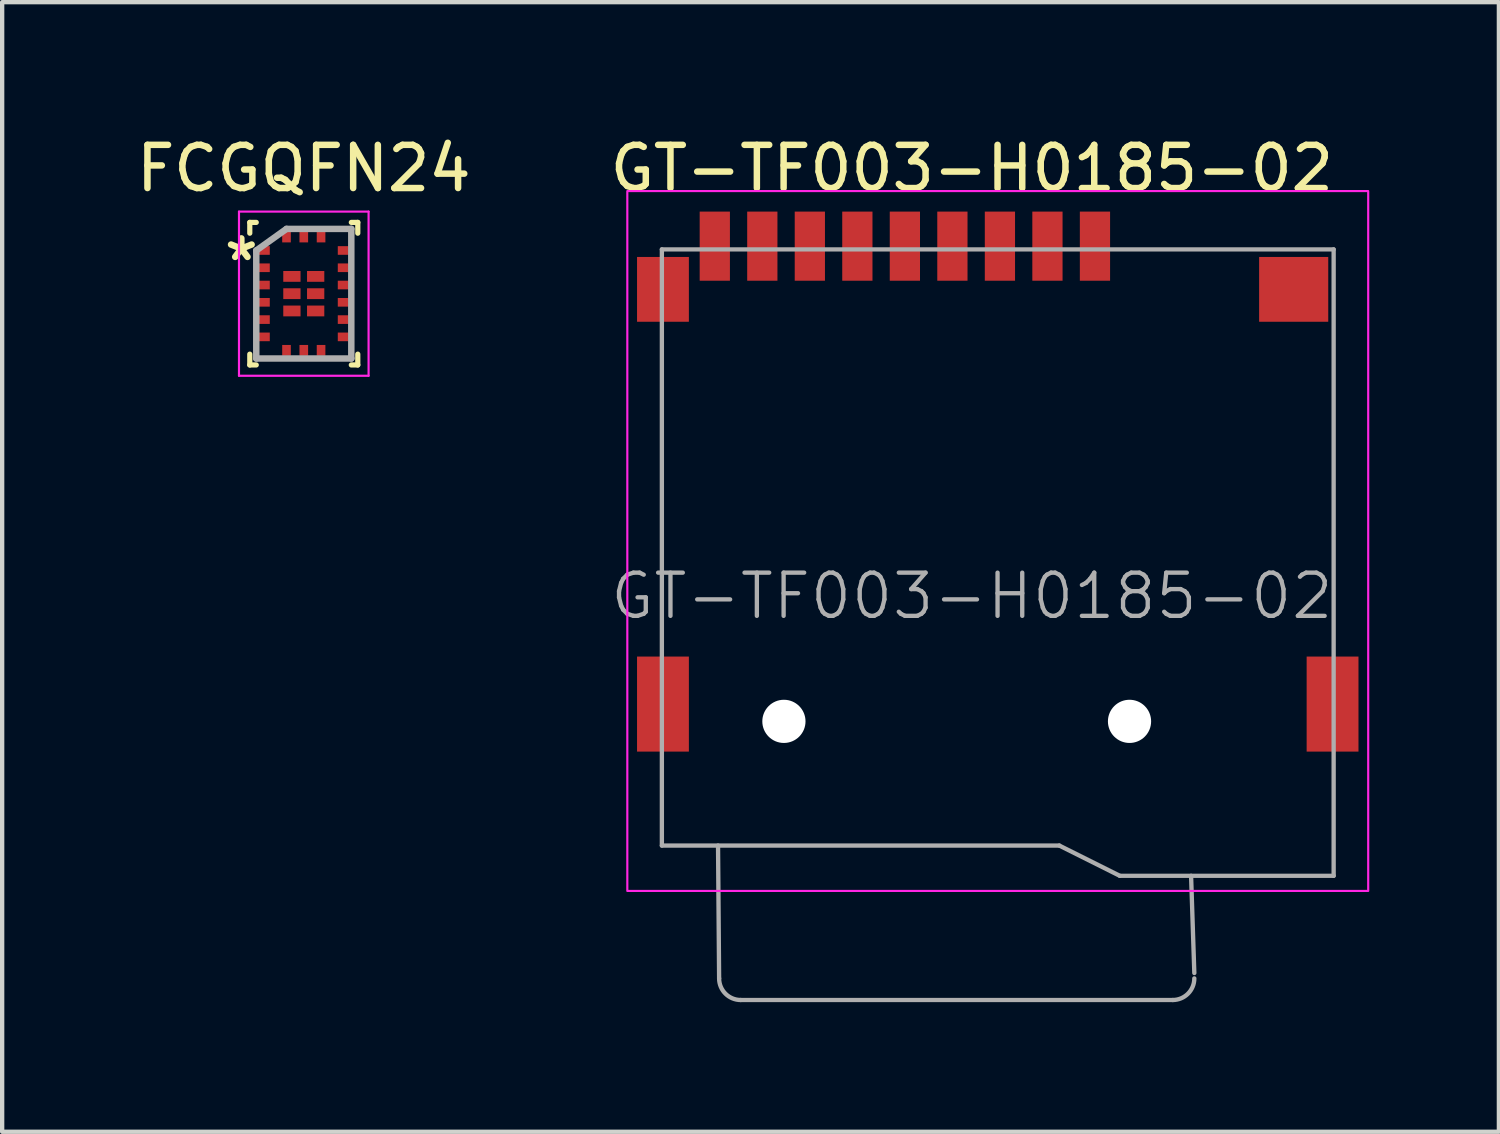
<source format=kicad_pcb>
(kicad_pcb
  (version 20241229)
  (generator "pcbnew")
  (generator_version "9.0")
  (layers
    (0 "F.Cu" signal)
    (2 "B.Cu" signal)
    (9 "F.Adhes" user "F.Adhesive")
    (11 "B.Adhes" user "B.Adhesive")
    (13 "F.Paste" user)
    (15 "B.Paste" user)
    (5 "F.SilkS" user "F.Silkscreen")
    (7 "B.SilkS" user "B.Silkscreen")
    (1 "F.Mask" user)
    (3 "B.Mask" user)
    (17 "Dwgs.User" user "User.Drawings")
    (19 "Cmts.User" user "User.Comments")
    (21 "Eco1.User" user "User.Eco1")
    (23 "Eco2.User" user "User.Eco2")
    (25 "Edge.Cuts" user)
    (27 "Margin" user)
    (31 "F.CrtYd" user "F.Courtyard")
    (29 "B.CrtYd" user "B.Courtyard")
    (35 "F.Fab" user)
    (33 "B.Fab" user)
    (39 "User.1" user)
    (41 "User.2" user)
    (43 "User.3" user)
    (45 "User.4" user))
  (footprint "FCGQFN24"
    (layer "F.Cu")
    (at 3.982 3.748)
    (property "Reference" "FCGQFN24" (at 0 -2.9 0) (layer "F.SilkS") (effects (font (size 1 1) (thickness 0.15))))
    (attr smd)
    (fp_line (start -1.25 -1.65) (end -1.25 -1.4) (stroke (width 0.12) (type default)) (layer "F.SilkS"))
    (fp_line (start -1.25 -1.65) (end -1.1 -1.65) (stroke (width 0.12) (type default)) (layer "F.SilkS"))
    (fp_line (start -1.25 1.65) (end -1.25 1.4) (stroke (width 0.12) (type default)) (layer "F.SilkS"))
    (fp_line (start -1.25 1.65) (end -1.1 1.65) (stroke (width 0.12) (type default)) (layer "F.SilkS"))
    (fp_line (start 1.25 -1.65) (end 1.1 -1.65) (stroke (width 0.12) (type default)) (layer "F.SilkS"))
    (fp_line (start 1.25 -1.65) (end 1.25 -1.4) (stroke (width 0.12) (type default)) (layer "F.SilkS"))
    (fp_line (start 1.25 1.65) (end 1.1 1.65) (stroke (width 0.12) (type default)) (layer "F.SilkS"))
    (fp_line (start 1.25 1.65) (end 1.25 1.4) (stroke (width 0.12) (type default)) (layer "F.SilkS"))
    (fp_line (start -1.5 -1.9) (end 1.5 -1.9) (stroke (width 0.05) (type default)) (layer "F.CrtYd"))
    (fp_line (start -1.5 1.9) (end -1.5 -1.9) (stroke (width 0.05) (type default)) (layer "F.CrtYd"))
    (fp_line (start 1.5 -1.9) (end 1.5 1.9) (stroke (width 0.05) (type default)) (layer "F.CrtYd"))
    (fp_line (start 1.5 1.9) (end -1.5 1.9) (stroke (width 0.05) (type default)) (layer "F.CrtYd"))
    (fp_line (start -1.1 -1) (end -1.1 1.5) (stroke (width 0.15) (type default)) (layer "F.Fab"))
    (fp_line (start -1.1 1.5) (end 1.1 1.5) (stroke (width 0.15) (type default)) (layer "F.Fab"))
    (fp_line (start -0.4 -1.5) (end -1.1 -1) (stroke (width 0.15) (type default)) (layer "F.Fab"))
    (fp_line (start 1.1 -1.5) (end -0.4 -1.5) (stroke (width 0.15) (type default)) (layer "F.Fab"))
    (fp_line (start 1.1 1.5) (end 1.1 -1.5) (stroke (width 0.15) (type default)) (layer "F.Fab"))
    (fp_text user "*" (at -1.925 -0.15 0) (unlocked yes) (layer "F.SilkS") (effects (font (size 1 1) (thickness 0.15)) (justify left bottom)))
    (pad "1" smd rect (at -0.912 -1 90) (size 0.2 0.25) (layers "F.Cu" "F.Mask" "F.Paste"))
    (pad "2" smd rect (at -0.912 -0.6 90) (size 0.2 0.25) (layers "F.Cu" "F.Mask" "F.Paste"))
    (pad "3" smd rect (at -0.912 -0.2 90) (size 0.2 0.25) (layers "F.Cu" "F.Mask" "F.Paste"))
    (pad "4" smd rect (at -0.912 0.2 90) (size 0.2 0.25) (layers "F.Cu" "F.Mask" "F.Paste"))
    (pad "5" smd rect (at -0.912 0.6 90) (size 0.2 0.25) (layers "F.Cu" "F.Mask" "F.Paste"))
    (pad "6" smd rect (at -0.912 1 90) (size 0.2 0.25) (layers "F.Cu" "F.Mask" "F.Paste"))
    (pad "7" smd rect (at -0.4 1.312) (size 0.2 0.25) (layers "F.Cu" "F.Mask" "F.Paste"))
    (pad "8" smd rect (at 0 1.312) (size 0.2 0.25) (layers "F.Cu" "F.Mask" "F.Paste"))
    (pad "9" smd rect (at 0.4 1.312) (size 0.2 0.25) (layers "F.Cu" "F.Mask" "F.Paste"))
    (pad "10" smd rect (at 0.912 1 90) (size 0.2 0.25) (layers "F.Cu" "F.Mask" "F.Paste"))
    (pad "11" smd rect (at 0.912 0.6 90) (size 0.2 0.25) (layers "F.Cu" "F.Mask" "F.Paste"))
    (pad "12" smd rect (at 0.912 0.2 90) (size 0.2 0.25) (layers "F.Cu" "F.Mask" "F.Paste"))
    (pad "13" smd rect (at 0.912 -0.2 90) (size 0.2 0.25) (layers "F.Cu" "F.Mask" "F.Paste"))
    (pad "14" smd rect (at 0.912 -0.6 90) (size 0.2 0.25) (layers "F.Cu" "F.Mask" "F.Paste"))
    (pad "15" smd rect (at 0.912 -1 90) (size 0.2 0.25) (layers "F.Cu" "F.Mask" "F.Paste"))
    (pad "16" smd rect (at 0.4 -1.312) (size 0.2 0.25) (layers "F.Cu" "F.Mask" "F.Paste"))
    (pad "17" smd rect (at 0 -1.312) (size 0.2 0.25) (layers "F.Cu" "F.Mask" "F.Paste"))
    (pad "18" smd rect (at -0.4 -1.312) (size 0.2 0.25) (layers "F.Cu" "F.Mask" "F.Paste"))
    (pad "19" smd rect (at -0.275 -0.4 90) (size 0.25 0.4) (layers "F.Cu" "F.Mask" "F.Paste"))
    (pad "20" smd rect (at -0.275 0 90) (size 0.25 0.4) (layers "F.Cu" "F.Mask" "F.Paste"))
    (pad "21" smd rect (at -0.275 0.4 90) (size 0.25 0.4) (layers "F.Cu" "F.Mask" "F.Paste"))
    (pad "22" smd rect (at 0.275 0.4 270) (size 0.25 0.4) (layers "F.Cu" "F.Mask" "F.Paste"))
    (pad "23" smd rect (at 0.275 0 270) (size 0.25 0.4) (layers "F.Cu" "F.Mask" "F.Paste"))
    (pad "24" smd rect (at 0.275 -0.4 270) (size 0.25 0.4) (layers "F.Cu" "F.Mask" "F.Paste")))
  (footprint "GT-TF003-H0185-02"
    (layer "F.Cu")
    (at 19.521 10.373)
    (property "Reference" "GT-TF003-H0185-02" (at -0.075 -9.525 0) (layer "F.SilkS") (effects (font (size 1 1) (thickness 0.15))))
    (attr smd)
    (fp_rect (start -8.05 -9) (end 9.1 7.2) (stroke (width 0.05) (type solid)) (fill no) (layer "F.CrtYd"))
    (fp_line (start -7.25 -7.65) (end -7.25 6.15) (stroke (width 0.1) (type solid)) (layer "F.Fab"))
    (fp_line (start -7.25 -7.65) (end 8.3 -7.65) (stroke (width 0.1) (type solid)) (layer "F.Fab"))
    (fp_line (start -7.25 6.15) (end 1.95 6.15) (stroke (width 0.1) (type solid)) (layer "F.Fab"))
    (fp_line (start -5.925 9.225) (end -5.95 6.15) (stroke (width 0.1) (type solid)) (layer "F.Fab"))
    (fp_line (start -5.425 9.725) (end 4.575 9.725) (stroke (width 0.1) (type solid)) (layer "F.Fab"))
    (fp_line (start 3.35 6.85) (end 1.95 6.15) (stroke (width 0.1) (type solid)) (layer "F.Fab"))
    (fp_line (start 5.075 9.1) (end 5 6.85) (stroke (width 0.1) (type solid)) (layer "F.Fab"))
    (fp_line (start 8.3 -7.65) (end 8.3 6.85) (stroke (width 0.1) (type solid)) (layer "F.Fab"))
    (fp_line (start 8.3 6.85) (end 3.35 6.85) (stroke (width 0.1) (type solid)) (layer "F.Fab"))
    (fp_arc (start -5.425 9.725) (mid -5.778553 9.578553) (end -5.925 9.225) (stroke (width 0.1) (type solid)) (layer "F.Fab"))
    (fp_arc (start 5.075 9.225) (mid 4.928553 9.578553) (end 4.575 9.725) (stroke (width 0.1) (type solid)) (layer "F.Fab"))
    (fp_text user "${REFERENCE}" (at -0.075 0.375 0) (layer "F.Fab") (effects (font (size 1 1) (thickness 0.1))))
    (pad "" np_thru_hole circle (at -4.425 3.275) (size 1 1) (drill 1) (layers "*.Cu" "*.Mask"))
    (pad "" np_thru_hole circle (at 3.575 3.275) (size 1 1) (drill 1) (layers "*.Cu" "*.Mask"))
    (pad "1" smd rect (at 2.775 -7.725) (size 0.7 1.6) (layers "F.Cu" "F.Mask" "F.Paste"))
    (pad "2" smd rect (at 1.675 -7.725) (size 0.7 1.6) (layers "F.Cu" "F.Mask" "F.Paste"))
    (pad "3" smd rect (at 0.575 -7.725) (size 0.7 1.6) (layers "F.Cu" "F.Mask" "F.Paste"))
    (pad "4" smd rect (at -0.525 -7.725) (size 0.7 1.6) (layers "F.Cu" "F.Mask" "F.Paste"))
    (pad "5" smd rect (at -1.625 -7.725) (size 0.7 1.6) (layers "F.Cu" "F.Mask" "F.Paste"))
    (pad "6" smd rect (at -2.725 -7.725) (size 0.7 1.6) (layers "F.Cu" "F.Mask" "F.Paste"))
    (pad "7" smd rect (at -3.825 -7.725) (size 0.7 1.6) (layers "F.Cu" "F.Mask" "F.Paste"))
    (pad "8" smd rect (at -4.925 -7.725) (size 0.7 1.6) (layers "F.Cu" "F.Mask" "F.Paste"))
    (pad "9" smd rect (at -6.025 -7.725) (size 0.7 1.6) (layers "F.Cu" "F.Mask" "F.Paste"))
    (pad "10" smd rect (at -7.225 -6.725) (size 1.2 1.5) (layers "F.Cu" "F.Mask" "F.Paste"))
    (pad "10" smd rect (at -7.225 2.875) (size 1.2 2.2) (layers "F.Cu" "F.Mask" "F.Paste"))
    (pad "10" smd rect (at 7.375 -6.725) (size 1.6 1.5) (layers "F.Cu" "F.Mask" "F.Paste"))
    (pad "10" smd rect (at 8.275 2.875) (size 1.2 2.2) (layers "F.Cu" "F.Mask" "F.Paste")))
  (gr_rect
    (start -3 -3)
    (end 31.646 23.148)
    (stroke (width 0.1) (type default))
    (fill no)
    (layer "Edge.Cuts")))
</source>
